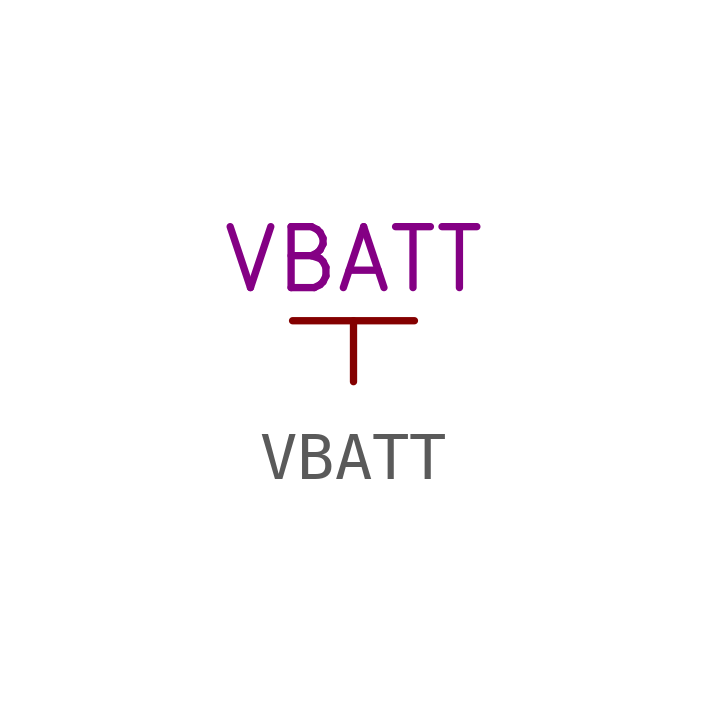
<source format=kicad_sym>
(kicad_symbol_lib
  (version 20211014)
  (generator kicad_symbol_editor)
  (symbol "VBATT"
    (power)
    (pin_numbers hide)
    (pin_names
      (offset 0) hide)
    (property "Reference" "#PWR"
      (at 5.08 1.27 0)
      (effects (font (size 1.27 1.27)) hide))
    (property "PartValue" "VBATT"
      (at 0 2.54 0)
      (effects (font (size 1.27 1.27))))
    (symbol "VBATT_0_1"
      (polyline (pts (xy -1.27 1.27) (xy 1.27 1.27)) (stroke (width 0.152) (type default) (color 0 0 0 0)) (fill (type none))))
    (symbol "VBATT_1_1"
      (pin power_in line (at 0 0 90) (length 1.27) (name "VBATT" (effects (font (size 1.27 1.27)))) (number "1" (effects (font (size 1.27 1.27))))))))
</source>
